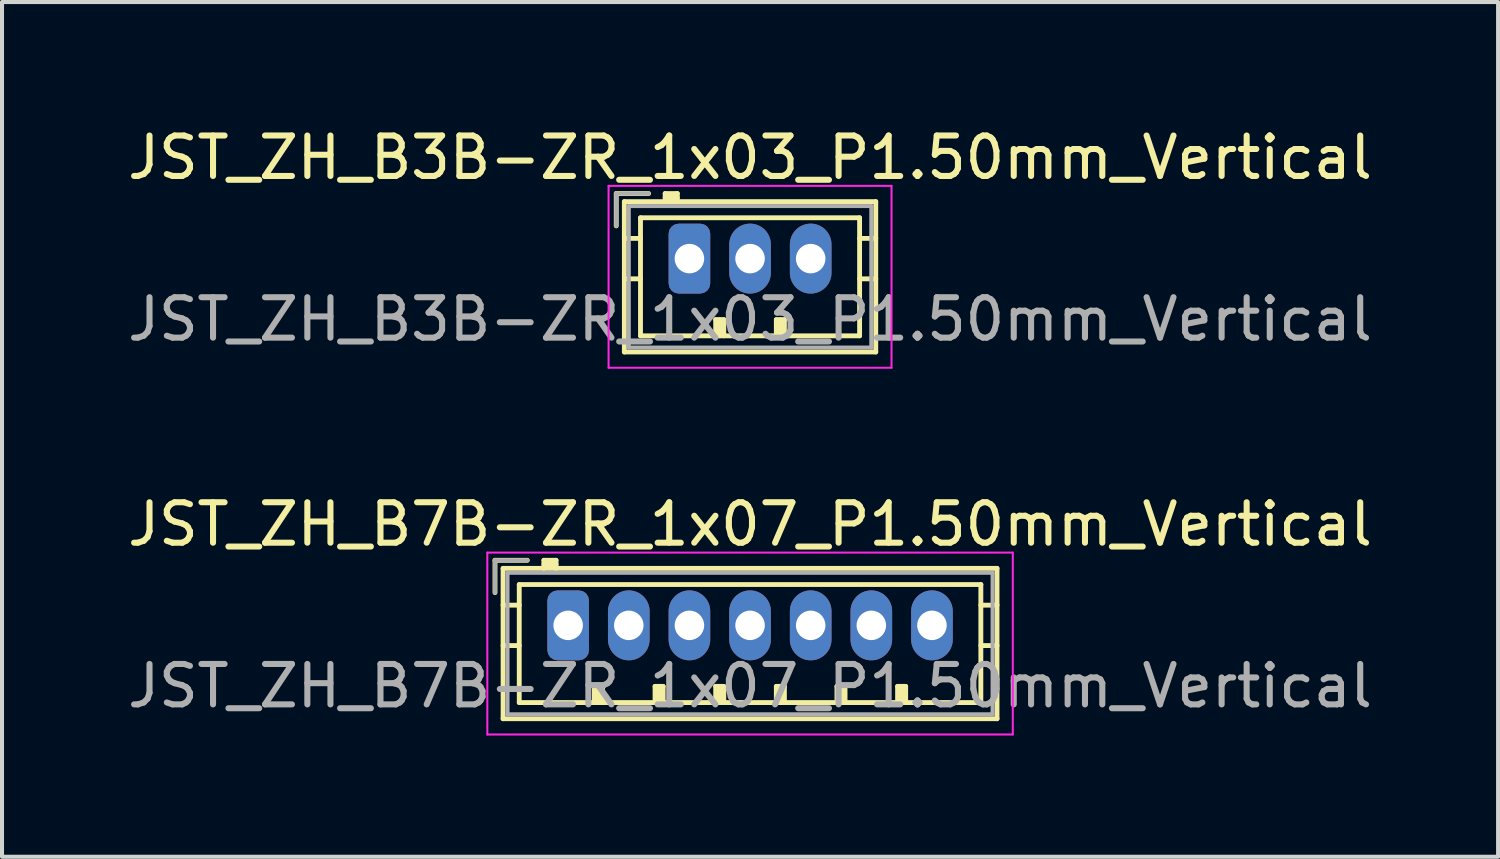
<source format=kicad_pcb>
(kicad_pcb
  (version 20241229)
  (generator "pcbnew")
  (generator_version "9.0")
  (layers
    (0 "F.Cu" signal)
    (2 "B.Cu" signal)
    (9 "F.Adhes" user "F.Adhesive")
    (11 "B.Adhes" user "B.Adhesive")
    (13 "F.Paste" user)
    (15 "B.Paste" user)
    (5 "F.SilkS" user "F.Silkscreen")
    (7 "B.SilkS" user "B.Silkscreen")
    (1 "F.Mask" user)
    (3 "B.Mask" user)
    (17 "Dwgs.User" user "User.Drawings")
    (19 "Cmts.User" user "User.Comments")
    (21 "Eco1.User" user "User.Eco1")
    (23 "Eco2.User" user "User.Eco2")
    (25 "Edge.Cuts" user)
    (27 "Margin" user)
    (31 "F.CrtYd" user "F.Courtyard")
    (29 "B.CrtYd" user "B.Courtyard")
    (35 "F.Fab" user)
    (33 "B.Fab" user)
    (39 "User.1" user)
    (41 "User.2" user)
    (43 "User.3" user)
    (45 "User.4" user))
  (footprint "JST_ZH_B7B-ZR_1x07_P1.50mm_Vertical"
    (layer "F.Cu")
    (at 11.006 12.421)
    (property "Reference" "JST_ZH_B7B-ZR_1x07_P1.50mm_Vertical" (at 4.5 -2.5 0) (layer "F.SilkS") (effects (font (size 1 1) (thickness 0.15))))
    (attr through_hole)
    (fp_line (start -1.81 -1.61) (end -1.81 -0.81) (stroke (width 0.12) (type solid)) (layer "F.SilkS"))
    (fp_line (start -1.61 -1.41) (end -1.61 2.31) (stroke (width 0.12) (type solid)) (layer "F.SilkS"))
    (fp_line (start -1.61 -0.5) (end -1.21 -0.5) (stroke (width 0.12) (type solid)) (layer "F.SilkS"))
    (fp_line (start -1.61 0.5) (end -1.21 0.5) (stroke (width 0.12) (type solid)) (layer "F.SilkS"))
    (fp_line (start -1.61 2.31) (end 10.61 2.31) (stroke (width 0.12) (type solid)) (layer "F.SilkS"))
    (fp_line (start -1.21 -1.01) (end -1.21 1.91) (stroke (width 0.12) (type solid)) (layer "F.SilkS"))
    (fp_line (start -1.21 1.91) (end 10.21 1.91) (stroke (width 0.12) (type solid)) (layer "F.SilkS"))
    (fp_line (start -1.01 -1.61) (end -1.81 -1.61) (stroke (width 0.12) (type solid)) (layer "F.SilkS"))
    (fp_line (start -0.6 -1.61) (end -0.6 -1.41) (stroke (width 0.12) (type solid)) (layer "F.SilkS"))
    (fp_line (start -0.3 -1.61) (end -0.6 -1.61) (stroke (width 0.12) (type solid)) (layer "F.SilkS"))
    (fp_line (start -0.3 -1.51) (end -0.6 -1.51) (stroke (width 0.12) (type solid)) (layer "F.SilkS"))
    (fp_line (start -0.3 -1.41) (end -0.3 -1.61) (stroke (width 0.12) (type solid)) (layer "F.SilkS"))
    (fp_line (start 0.65 1.51) (end 0.85 1.51) (stroke (width 0.12) (type solid)) (layer "F.SilkS"))
    (fp_line (start 0.65 1.91) (end 0.65 1.51) (stroke (width 0.12) (type solid)) (layer "F.SilkS"))
    (fp_line (start 0.75 1.91) (end 0.75 1.51) (stroke (width 0.12) (type solid)) (layer "F.SilkS"))
    (fp_line (start 0.85 1.51) (end 0.85 1.91) (stroke (width 0.12) (type solid)) (layer "F.SilkS"))
    (fp_line (start 2.15 1.51) (end 2.35 1.51) (stroke (width 0.12) (type solid)) (layer "F.SilkS"))
    (fp_line (start 2.15 1.91) (end 2.15 1.51) (stroke (width 0.12) (type solid)) (layer "F.SilkS"))
    (fp_line (start 2.25 1.91) (end 2.25 1.51) (stroke (width 0.12) (type solid)) (layer "F.SilkS"))
    (fp_line (start 2.35 1.51) (end 2.35 1.91) (stroke (width 0.12) (type solid)) (layer "F.SilkS"))
    (fp_line (start 3.65 1.51) (end 3.85 1.51) (stroke (width 0.12) (type solid)) (layer "F.SilkS"))
    (fp_line (start 3.65 1.91) (end 3.65 1.51) (stroke (width 0.12) (type solid)) (layer "F.SilkS"))
    (fp_line (start 3.75 1.91) (end 3.75 1.51) (stroke (width 0.12) (type solid)) (layer "F.SilkS"))
    (fp_line (start 3.85 1.51) (end 3.85 1.91) (stroke (width 0.12) (type solid)) (layer "F.SilkS"))
    (fp_line (start 5.15 1.51) (end 5.35 1.51) (stroke (width 0.12) (type solid)) (layer "F.SilkS"))
    (fp_line (start 5.15 1.91) (end 5.15 1.51) (stroke (width 0.12) (type solid)) (layer "F.SilkS"))
    (fp_line (start 5.25 1.91) (end 5.25 1.51) (stroke (width 0.12) (type solid)) (layer "F.SilkS"))
    (fp_line (start 5.35 1.51) (end 5.35 1.91) (stroke (width 0.12) (type solid)) (layer "F.SilkS"))
    (fp_line (start 6.65 1.51) (end 6.85 1.51) (stroke (width 0.12) (type solid)) (layer "F.SilkS"))
    (fp_line (start 6.65 1.91) (end 6.65 1.51) (stroke (width 0.12) (type solid)) (layer "F.SilkS"))
    (fp_line (start 6.75 1.91) (end 6.75 1.51) (stroke (width 0.12) (type solid)) (layer "F.SilkS"))
    (fp_line (start 6.85 1.51) (end 6.85 1.91) (stroke (width 0.12) (type solid)) (layer "F.SilkS"))
    (fp_line (start 8.15 1.51) (end 8.35 1.51) (stroke (width 0.12) (type solid)) (layer "F.SilkS"))
    (fp_line (start 8.15 1.91) (end 8.15 1.51) (stroke (width 0.12) (type solid)) (layer "F.SilkS"))
    (fp_line (start 8.25 1.91) (end 8.25 1.51) (stroke (width 0.12) (type solid)) (layer "F.SilkS"))
    (fp_line (start 8.35 1.51) (end 8.35 1.91) (stroke (width 0.12) (type solid)) (layer "F.SilkS"))
    (fp_line (start 10.21 -1.01) (end -1.21 -1.01) (stroke (width 0.12) (type solid)) (layer "F.SilkS"))
    (fp_line (start 10.21 1.91) (end 10.21 -1.01) (stroke (width 0.12) (type solid)) (layer "F.SilkS"))
    (fp_line (start 10.61 -1.41) (end -1.61 -1.41) (stroke (width 0.12) (type solid)) (layer "F.SilkS"))
    (fp_line (start 10.61 -0.5) (end 10.21 -0.5) (stroke (width 0.12) (type solid)) (layer "F.SilkS"))
    (fp_line (start 10.61 0.5) (end 10.21 0.5) (stroke (width 0.12) (type solid)) (layer "F.SilkS"))
    (fp_line (start 10.61 2.31) (end 10.61 -1.41) (stroke (width 0.12) (type solid)) (layer "F.SilkS"))
    (fp_line (start -2 -1.8) (end -2 2.7) (stroke (width 0.05) (type solid)) (layer "F.CrtYd"))
    (fp_line (start -2 2.7) (end 11 2.7) (stroke (width 0.05) (type solid)) (layer "F.CrtYd"))
    (fp_line (start 11 -1.8) (end -2 -1.8) (stroke (width 0.05) (type solid)) (layer "F.CrtYd"))
    (fp_line (start 11 2.7) (end 11 -1.8) (stroke (width 0.05) (type solid)) (layer "F.CrtYd"))
    (fp_line (start -1.81 -1.61) (end -1.81 -0.81) (stroke (width 0.1) (type solid)) (layer "F.Fab"))
    (fp_line (start -1.5 -1.3) (end -1.5 2.2) (stroke (width 0.1) (type solid)) (layer "F.Fab"))
    (fp_line (start -1.5 2.2) (end 10.5 2.2) (stroke (width 0.1) (type solid)) (layer "F.Fab"))
    (fp_line (start -1.01 -1.61) (end -1.81 -1.61) (stroke (width 0.1) (type solid)) (layer "F.Fab"))
    (fp_line (start 10.5 -1.3) (end -1.5 -1.3) (stroke (width 0.1) (type solid)) (layer "F.Fab"))
    (fp_line (start 10.5 2.2) (end 10.5 -1.3) (stroke (width 0.1) (type solid)) (layer "F.Fab"))
    (fp_text user "${REFERENCE}" (at 4.5 1.5 0) (layer "F.Fab") (effects (font (size 1 1) (thickness 0.15))))
    (pad "1" thru_hole roundrect (at 0 0) (size 1.03 1.73) (drill 0.73) (layers "*.Cu" "*.Mask") (roundrect_rratio 0.243))
    (pad "2" thru_hole oval (at 1.5 0) (size 1.03 1.73) (drill 0.73) (layers "*.Cu" "*.Mask"))
    (pad "3" thru_hole oval (at 3 0) (size 1.03 1.73) (drill 0.73) (layers "*.Cu" "*.Mask"))
    (pad "4" thru_hole oval (at 4.5 0) (size 1.03 1.73) (drill 0.73) (layers "*.Cu" "*.Mask"))
    (pad "5" thru_hole oval (at 6 0) (size 1.03 1.73) (drill 0.73) (layers "*.Cu" "*.Mask"))
    (pad "6" thru_hole oval (at 7.5 0) (size 1.03 1.73) (drill 0.73) (layers "*.Cu" "*.Mask"))
    (pad "7" thru_hole oval (at 9 0) (size 1.03 1.73) (drill 0.73) (layers "*.Cu" "*.Mask")))
  (footprint "JST_ZH_B3B-ZR_1x03_P1.50mm_Vertical"
    (layer "F.Cu")
    (at 14.006 3.348)
    (property "Reference" "JST_ZH_B3B-ZR_1x03_P1.50mm_Vertical" (at 1.5 -2.5 0) (layer "F.SilkS") (effects (font (size 1 1) (thickness 0.15))))
    (attr through_hole)
    (fp_line (start -1.81 -1.61) (end -1.81 -0.81) (stroke (width 0.12) (type solid)) (layer "F.SilkS"))
    (fp_line (start -1.61 -1.41) (end -1.61 2.31) (stroke (width 0.12) (type solid)) (layer "F.SilkS"))
    (fp_line (start -1.61 -0.5) (end -1.21 -0.5) (stroke (width 0.12) (type solid)) (layer "F.SilkS"))
    (fp_line (start -1.61 0.5) (end -1.21 0.5) (stroke (width 0.12) (type solid)) (layer "F.SilkS"))
    (fp_line (start -1.61 2.31) (end 4.61 2.31) (stroke (width 0.12) (type solid)) (layer "F.SilkS"))
    (fp_line (start -1.21 -1.01) (end -1.21 1.91) (stroke (width 0.12) (type solid)) (layer "F.SilkS"))
    (fp_line (start -1.21 1.91) (end 4.21 1.91) (stroke (width 0.12) (type solid)) (layer "F.SilkS"))
    (fp_line (start -1.01 -1.61) (end -1.81 -1.61) (stroke (width 0.12) (type solid)) (layer "F.SilkS"))
    (fp_line (start -0.6 -1.61) (end -0.6 -1.41) (stroke (width 0.12) (type solid)) (layer "F.SilkS"))
    (fp_line (start -0.3 -1.61) (end -0.6 -1.61) (stroke (width 0.12) (type solid)) (layer "F.SilkS"))
    (fp_line (start -0.3 -1.51) (end -0.6 -1.51) (stroke (width 0.12) (type solid)) (layer "F.SilkS"))
    (fp_line (start -0.3 -1.41) (end -0.3 -1.61) (stroke (width 0.12) (type solid)) (layer "F.SilkS"))
    (fp_line (start 0.65 1.51) (end 0.85 1.51) (stroke (width 0.12) (type solid)) (layer "F.SilkS"))
    (fp_line (start 0.65 1.91) (end 0.65 1.51) (stroke (width 0.12) (type solid)) (layer "F.SilkS"))
    (fp_line (start 0.75 1.91) (end 0.75 1.51) (stroke (width 0.12) (type solid)) (layer "F.SilkS"))
    (fp_line (start 0.85 1.51) (end 0.85 1.91) (stroke (width 0.12) (type solid)) (layer "F.SilkS"))
    (fp_line (start 2.15 1.51) (end 2.35 1.51) (stroke (width 0.12) (type solid)) (layer "F.SilkS"))
    (fp_line (start 2.15 1.91) (end 2.15 1.51) (stroke (width 0.12) (type solid)) (layer "F.SilkS"))
    (fp_line (start 2.25 1.91) (end 2.25 1.51) (stroke (width 0.12) (type solid)) (layer "F.SilkS"))
    (fp_line (start 2.35 1.51) (end 2.35 1.91) (stroke (width 0.12) (type solid)) (layer "F.SilkS"))
    (fp_line (start 4.21 -1.01) (end -1.21 -1.01) (stroke (width 0.12) (type solid)) (layer "F.SilkS"))
    (fp_line (start 4.21 1.91) (end 4.21 -1.01) (stroke (width 0.12) (type solid)) (layer "F.SilkS"))
    (fp_line (start 4.61 -1.41) (end -1.61 -1.41) (stroke (width 0.12) (type solid)) (layer "F.SilkS"))
    (fp_line (start 4.61 -0.5) (end 4.21 -0.5) (stroke (width 0.12) (type solid)) (layer "F.SilkS"))
    (fp_line (start 4.61 0.5) (end 4.21 0.5) (stroke (width 0.12) (type solid)) (layer "F.SilkS"))
    (fp_line (start 4.61 2.31) (end 4.61 -1.41) (stroke (width 0.12) (type solid)) (layer "F.SilkS"))
    (fp_line (start -2 -1.8) (end -2 2.7) (stroke (width 0.05) (type solid)) (layer "F.CrtYd"))
    (fp_line (start -2 2.7) (end 5 2.7) (stroke (width 0.05) (type solid)) (layer "F.CrtYd"))
    (fp_line (start 5 -1.8) (end -2 -1.8) (stroke (width 0.05) (type solid)) (layer "F.CrtYd"))
    (fp_line (start 5 2.7) (end 5 -1.8) (stroke (width 0.05) (type solid)) (layer "F.CrtYd"))
    (fp_line (start -1.81 -1.61) (end -1.81 -0.81) (stroke (width 0.1) (type solid)) (layer "F.Fab"))
    (fp_line (start -1.5 -1.3) (end -1.5 2.2) (stroke (width 0.1) (type solid)) (layer "F.Fab"))
    (fp_line (start -1.5 2.2) (end 4.5 2.2) (stroke (width 0.1) (type solid)) (layer "F.Fab"))
    (fp_line (start -1.01 -1.61) (end -1.81 -1.61) (stroke (width 0.1) (type solid)) (layer "F.Fab"))
    (fp_line (start 4.5 -1.3) (end -1.5 -1.3) (stroke (width 0.1) (type solid)) (layer "F.Fab"))
    (fp_line (start 4.5 2.2) (end 4.5 -1.3) (stroke (width 0.1) (type solid)) (layer "F.Fab"))
    (fp_text user "${REFERENCE}" (at 1.5 1.5 0) (layer "F.Fab") (effects (font (size 1 1) (thickness 0.15))))
    (pad "1" thru_hole roundrect (at 0 0) (size 1.03 1.73) (drill 0.73) (layers "*.Cu" "*.Mask") (roundrect_rratio 0.243))
    (pad "2" thru_hole oval (at 1.5 0) (size 1.03 1.73) (drill 0.73) (layers "*.Cu" "*.Mask"))
    (pad "3" thru_hole oval (at 3 0) (size 1.03 1.73) (drill 0.73) (layers "*.Cu" "*.Mask")))
  (gr_rect
    (start -3 -3)
    (end 34.012 18.146)
    (stroke (width 0.1) (type default))
    (fill no)
    (layer "Edge.Cuts")))
</source>
